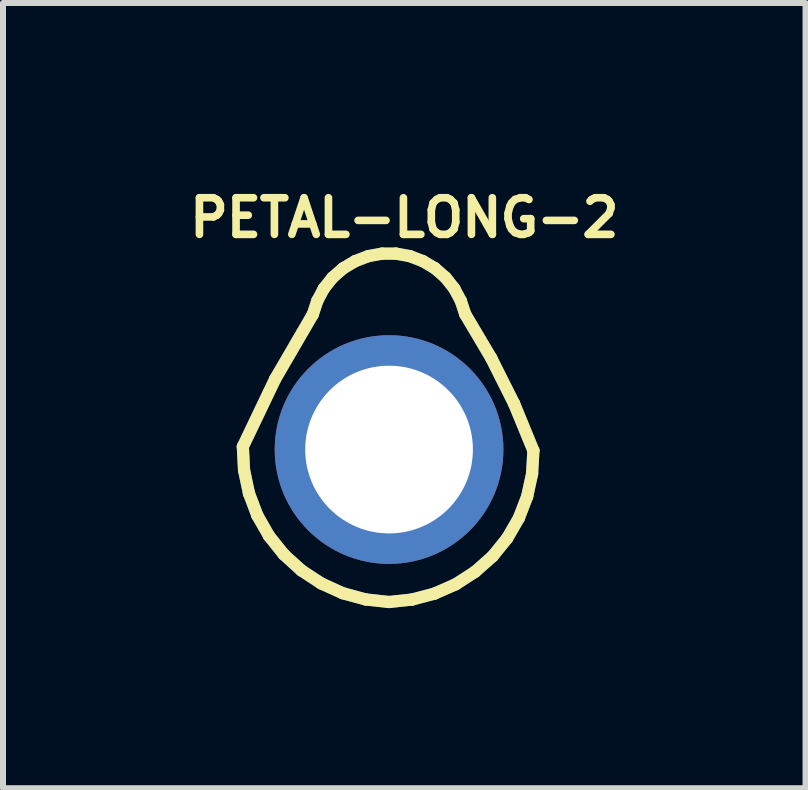
<source format=kicad_pcb>
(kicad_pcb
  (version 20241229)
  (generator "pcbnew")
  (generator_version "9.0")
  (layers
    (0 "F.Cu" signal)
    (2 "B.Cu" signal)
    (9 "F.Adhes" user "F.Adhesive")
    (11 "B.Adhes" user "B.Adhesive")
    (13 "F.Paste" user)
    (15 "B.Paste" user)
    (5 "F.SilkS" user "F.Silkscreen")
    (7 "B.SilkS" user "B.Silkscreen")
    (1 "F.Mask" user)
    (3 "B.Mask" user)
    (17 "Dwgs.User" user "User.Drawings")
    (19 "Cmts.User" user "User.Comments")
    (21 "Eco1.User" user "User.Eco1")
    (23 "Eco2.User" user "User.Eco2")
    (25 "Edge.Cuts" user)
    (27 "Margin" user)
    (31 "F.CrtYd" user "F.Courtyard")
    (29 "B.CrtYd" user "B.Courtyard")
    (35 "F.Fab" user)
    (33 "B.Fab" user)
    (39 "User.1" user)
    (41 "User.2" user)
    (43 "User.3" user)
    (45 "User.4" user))
  (footprint "PETAL-LONG-2"
    (layer "F.Cu")
    (at 3.432 4.44)
    (property "Reference" "PETAL-LONG-2" (at 0.254 -3.861 0) (layer "F.SilkS") (effects (font (size 0.61 0.61) (thickness 0.127))))
    (attr exclude_from_pos_files exclude_from_bom)
    (fp_line (start -2.436 -0.048) (end -2.416 0.343) (stroke (width 0.203) (type solid)) (layer "B.Cu"))
    (fp_line (start -2.416 0.343) (end -2.334 0.729) (stroke (width 0.203) (type solid)) (layer "B.Cu"))
    (fp_line (start -2.334 0.729) (end -2.195 1.097) (stroke (width 0.203) (type solid)) (layer "B.Cu"))
    (fp_line (start -2.195 1.097) (end -1.999 1.44) (stroke (width 0.203) (type solid)) (layer "B.Cu"))
    (fp_line (start -1.999 1.44) (end -1.753 1.748) (stroke (width 0.203) (type solid)) (layer "B.Cu"))
    (fp_line (start -1.897 -1.176) (end -2.436 -0.048) (stroke (width 0.203) (type solid)) (layer "B.Cu"))
    (fp_line (start -1.753 1.748) (end -1.46 2.014) (stroke (width 0.203) (type solid)) (layer "B.Cu"))
    (fp_line (start -1.46 2.014) (end -1.13 2.23) (stroke (width 0.203) (type solid)) (layer "B.Cu"))
    (fp_line (start -1.27 -2.253) (end -1.897 -1.176) (stroke (width 0.203) (type solid)) (layer "B.Cu"))
    (fp_line (start -1.196 -2.477) (end -1.27 -2.253) (stroke (width 0.203) (type solid)) (layer "B.Cu"))
    (fp_line (start -1.13 2.23) (end -0.772 2.393) (stroke (width 0.203) (type solid)) (layer "B.Cu"))
    (fp_line (start -1.087 -2.682) (end -1.196 -2.477) (stroke (width 0.203) (type solid)) (layer "B.Cu"))
    (fp_line (start -0.942 -2.865) (end -1.087 -2.682) (stroke (width 0.203) (type solid)) (layer "B.Cu"))
    (fp_line (start -0.772 2.393) (end -0.391 2.497) (stroke (width 0.203) (type solid)) (layer "B.Cu"))
    (fp_line (start -0.765 -3.02) (end -0.942 -2.865) (stroke (width 0.203) (type solid)) (layer "B.Cu"))
    (fp_line (start -0.564 -3.139) (end -0.765 -3.02) (stroke (width 0.203) (type solid)) (layer "B.Cu"))
    (fp_line (start -0.391 2.497) (end 0 2.54) (stroke (width 0.203) (type solid)) (layer "B.Cu"))
    (fp_line (start -0.345 -3.223) (end -0.564 -3.139) (stroke (width 0.203) (type solid)) (layer "B.Cu"))
    (fp_line (start -0.117 -3.264) (end -0.345 -3.223) (stroke (width 0.203) (type solid)) (layer "B.Cu"))
    (fp_line (start 0 2.54) (end 0.384 2.499) (stroke (width 0.203) (type solid)) (layer "B.Cu"))
    (fp_line (start 0.117 -3.264) (end -0.117 -3.264) (stroke (width 0.203) (type solid)) (layer "B.Cu"))
    (fp_line (start 0.345 -3.223) (end 0.117 -3.264) (stroke (width 0.203) (type solid)) (layer "B.Cu"))
    (fp_line (start 0.384 2.499) (end 0.757 2.4) (stroke (width 0.203) (type solid)) (layer "B.Cu"))
    (fp_line (start 0.564 -3.139) (end 0.345 -3.223) (stroke (width 0.203) (type solid)) (layer "B.Cu"))
    (fp_line (start 0.757 2.4) (end 1.11 2.245) (stroke (width 0.203) (type solid)) (layer "B.Cu"))
    (fp_line (start 0.765 -3.02) (end 0.564 -3.139) (stroke (width 0.203) (type solid)) (layer "B.Cu"))
    (fp_line (start 0.942 -2.865) (end 0.765 -3.02) (stroke (width 0.203) (type solid)) (layer "B.Cu"))
    (fp_line (start 1.087 -2.682) (end 0.942 -2.865) (stroke (width 0.203) (type solid)) (layer "B.Cu"))
    (fp_line (start 1.11 2.245) (end 1.435 2.035) (stroke (width 0.203) (type solid)) (layer "B.Cu"))
    (fp_line (start 1.196 -2.477) (end 1.087 -2.682) (stroke (width 0.203) (type solid)) (layer "B.Cu"))
    (fp_line (start 1.27 -2.253) (end 1.196 -2.477) (stroke (width 0.203) (type solid)) (layer "B.Cu"))
    (fp_line (start 1.435 2.035) (end 1.725 1.778) (stroke (width 0.203) (type solid)) (layer "B.Cu"))
    (fp_line (start 1.702 -1.524) (end 1.27 -2.253) (stroke (width 0.203) (type solid)) (layer "B.Cu"))
    (fp_line (start 1.725 1.778) (end 1.968 1.478) (stroke (width 0.203) (type solid)) (layer "B.Cu"))
    (fp_line (start 1.968 1.478) (end 2.162 1.143) (stroke (width 0.203) (type solid)) (layer "B.Cu"))
    (fp_line (start 2.083 -0.765) (end 1.702 -1.524) (stroke (width 0.203) (type solid)) (layer "B.Cu"))
    (fp_line (start 2.162 1.143) (end 2.301 0.782) (stroke (width 0.203) (type solid)) (layer "B.Cu"))
    (fp_line (start 2.301 0.782) (end 2.383 0.404) (stroke (width 0.203) (type solid)) (layer "B.Cu"))
    (fp_line (start 2.383 0.404) (end 2.405 0.018) (stroke (width 0.203) (type solid)) (layer "B.Cu"))
    (fp_line (start 2.405 0.018) (end 2.083 -0.765) (stroke (width 0.203) (type solid)) (layer "B.Cu"))
    (fp_line (start -2.436 -0.048) (end -2.416 0.343) (stroke (width 0.203) (type solid)) (layer "F.SilkS"))
    (fp_line (start -2.416 0.343) (end -2.334 0.729) (stroke (width 0.203) (type solid)) (layer "F.SilkS"))
    (fp_line (start -2.334 0.729) (end -2.195 1.097) (stroke (width 0.203) (type solid)) (layer "F.SilkS"))
    (fp_line (start -2.195 1.097) (end -1.999 1.44) (stroke (width 0.203) (type solid)) (layer "F.SilkS"))
    (fp_line (start -1.999 1.44) (end -1.753 1.748) (stroke (width 0.203) (type solid)) (layer "F.SilkS"))
    (fp_line (start -1.897 -1.176) (end -2.436 -0.048) (stroke (width 0.203) (type solid)) (layer "F.SilkS"))
    (fp_line (start -1.753 1.748) (end -1.46 2.014) (stroke (width 0.203) (type solid)) (layer "F.SilkS"))
    (fp_line (start -1.46 2.014) (end -1.13 2.23) (stroke (width 0.203) (type solid)) (layer "F.SilkS"))
    (fp_line (start -1.27 -2.253) (end -1.897 -1.176) (stroke (width 0.203) (type solid)) (layer "F.SilkS"))
    (fp_line (start -1.196 -2.477) (end -1.27 -2.253) (stroke (width 0.203) (type solid)) (layer "F.SilkS"))
    (fp_line (start -1.13 2.23) (end -0.772 2.393) (stroke (width 0.203) (type solid)) (layer "F.SilkS"))
    (fp_line (start -1.087 -2.682) (end -1.196 -2.477) (stroke (width 0.203) (type solid)) (layer "F.SilkS"))
    (fp_line (start -0.942 -2.865) (end -1.087 -2.682) (stroke (width 0.203) (type solid)) (layer "F.SilkS"))
    (fp_line (start -0.772 2.393) (end -0.391 2.497) (stroke (width 0.203) (type solid)) (layer "F.SilkS"))
    (fp_line (start -0.765 -3.02) (end -0.942 -2.865) (stroke (width 0.203) (type solid)) (layer "F.SilkS"))
    (fp_line (start -0.564 -3.139) (end -0.765 -3.02) (stroke (width 0.203) (type solid)) (layer "F.SilkS"))
    (fp_line (start -0.391 2.497) (end 0 2.54) (stroke (width 0.203) (type solid)) (layer "F.SilkS"))
    (fp_line (start -0.345 -3.223) (end -0.564 -3.139) (stroke (width 0.203) (type solid)) (layer "F.SilkS"))
    (fp_line (start -0.117 -3.264) (end -0.345 -3.223) (stroke (width 0.203) (type solid)) (layer "F.SilkS"))
    (fp_line (start 0 2.54) (end 0.384 2.499) (stroke (width 0.203) (type solid)) (layer "F.SilkS"))
    (fp_line (start 0.117 -3.264) (end -0.117 -3.264) (stroke (width 0.203) (type solid)) (layer "F.SilkS"))
    (fp_line (start 0.345 -3.223) (end 0.117 -3.264) (stroke (width 0.203) (type solid)) (layer "F.SilkS"))
    (fp_line (start 0.384 2.499) (end 0.757 2.4) (stroke (width 0.203) (type solid)) (layer "F.SilkS"))
    (fp_line (start 0.564 -3.139) (end 0.345 -3.223) (stroke (width 0.203) (type solid)) (layer "F.SilkS"))
    (fp_line (start 0.757 2.4) (end 1.11 2.245) (stroke (width 0.203) (type solid)) (layer "F.SilkS"))
    (fp_line (start 0.765 -3.02) (end 0.564 -3.139) (stroke (width 0.203) (type solid)) (layer "F.SilkS"))
    (fp_line (start 0.942 -2.865) (end 0.765 -3.02) (stroke (width 0.203) (type solid)) (layer "F.SilkS"))
    (fp_line (start 1.087 -2.682) (end 0.942 -2.865) (stroke (width 0.203) (type solid)) (layer "F.SilkS"))
    (fp_line (start 1.11 2.245) (end 1.435 2.035) (stroke (width 0.203) (type solid)) (layer "F.SilkS"))
    (fp_line (start 1.196 -2.477) (end 1.087 -2.682) (stroke (width 0.203) (type solid)) (layer "F.SilkS"))
    (fp_line (start 1.27 -2.253) (end 1.196 -2.477) (stroke (width 0.203) (type solid)) (layer "F.SilkS"))
    (fp_line (start 1.435 2.035) (end 1.725 1.778) (stroke (width 0.203) (type solid)) (layer "F.SilkS"))
    (fp_line (start 1.702 -1.524) (end 1.27 -2.253) (stroke (width 0.203) (type solid)) (layer "F.SilkS"))
    (fp_line (start 1.725 1.778) (end 1.968 1.478) (stroke (width 0.203) (type solid)) (layer "F.SilkS"))
    (fp_line (start 1.968 1.478) (end 2.162 1.143) (stroke (width 0.203) (type solid)) (layer "F.SilkS"))
    (fp_line (start 2.083 -0.765) (end 1.702 -1.524) (stroke (width 0.203) (type solid)) (layer "F.SilkS"))
    (fp_line (start 2.162 1.143) (end 2.301 0.782) (stroke (width 0.203) (type solid)) (layer "F.SilkS"))
    (fp_line (start 2.301 0.782) (end 2.383 0.404) (stroke (width 0.203) (type solid)) (layer "F.SilkS"))
    (fp_line (start 2.383 0.404) (end 2.405 0.018) (stroke (width 0.203) (type solid)) (layer "F.SilkS"))
    (fp_line (start 2.405 0.018) (end 2.083 -0.765) (stroke (width 0.203) (type solid)) (layer "F.SilkS"))
    (pad "1" thru_hole circle (at 0 0) (size 3.81 3.81) (drill 2.794) (layers "*.Cu" "*.Paste" "*.Mask")))
  (gr_rect
    (start -3 -3)
    (end 10.371 10.082)
    (stroke (width 0.1) (type default))
    (fill no)
    (layer "Edge.Cuts")))
</source>
